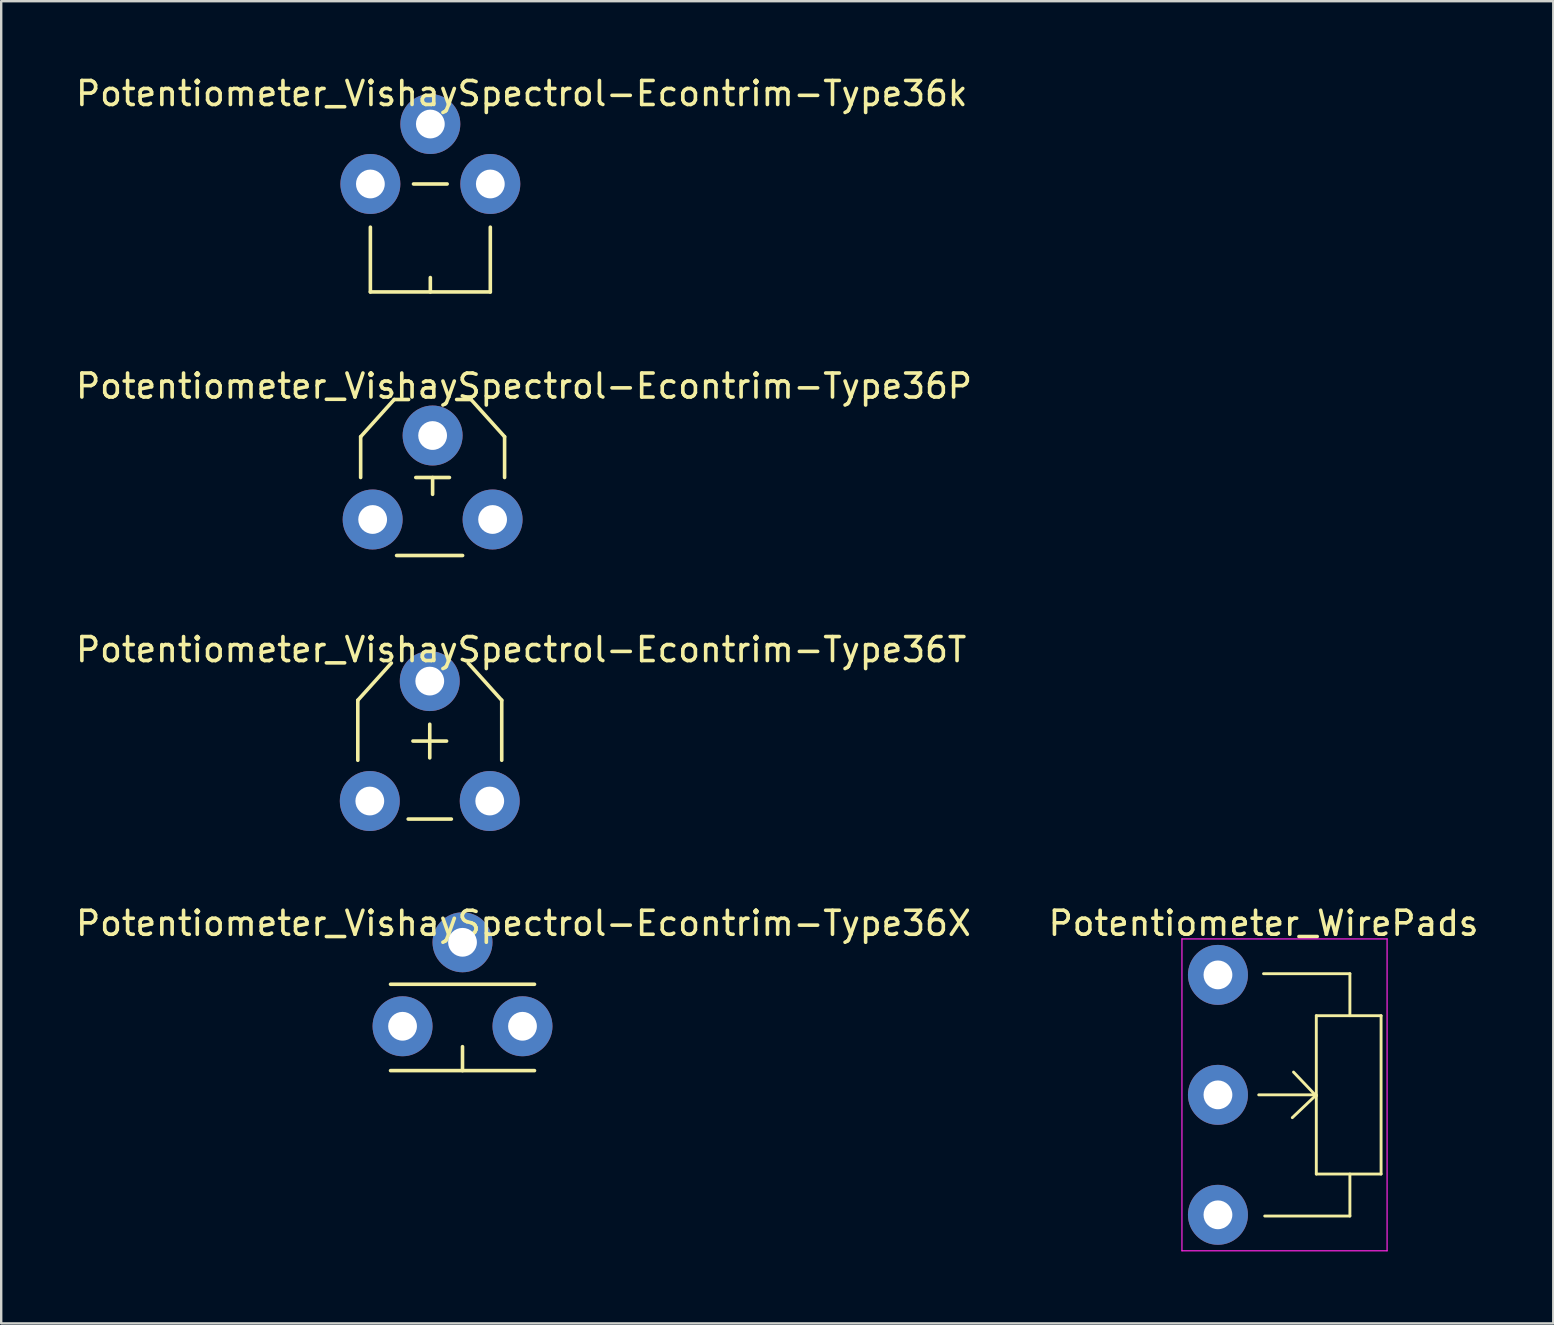
<source format=kicad_pcb>
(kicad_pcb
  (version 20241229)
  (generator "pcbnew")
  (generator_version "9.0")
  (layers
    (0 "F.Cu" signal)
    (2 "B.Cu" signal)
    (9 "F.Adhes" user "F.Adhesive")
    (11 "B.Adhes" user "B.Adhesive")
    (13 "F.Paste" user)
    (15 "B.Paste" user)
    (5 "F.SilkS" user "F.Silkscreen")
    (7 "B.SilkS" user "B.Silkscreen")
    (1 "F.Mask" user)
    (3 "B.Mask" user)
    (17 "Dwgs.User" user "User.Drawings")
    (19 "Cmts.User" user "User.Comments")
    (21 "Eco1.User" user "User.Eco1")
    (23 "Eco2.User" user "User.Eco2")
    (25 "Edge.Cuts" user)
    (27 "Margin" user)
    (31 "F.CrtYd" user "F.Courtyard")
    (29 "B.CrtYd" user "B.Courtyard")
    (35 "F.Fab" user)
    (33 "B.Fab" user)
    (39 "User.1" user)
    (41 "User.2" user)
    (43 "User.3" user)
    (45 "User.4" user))
  (footprint "Potentiometer_VishaySpectrol-Econtrim-Type36X"
    (layer "F.Cu")
    (at 13.728 39.724)
    (property "Reference" "Potentiometer_VishaySpectrol-Econtrim-Type36X" (at 5.039 -4.29 0) (layer "F.SilkS") (effects (font (size 1 1) (thickness 0.15))))
    (attr through_hole)
    (fp_line (start -0.5 -1.75) (end 5.499 -1.75) (stroke (width 0.15) (type solid)) (layer "F.SilkS"))
    (fp_line (start 2.499 0.851) (end 2.499 1.849) (stroke (width 0.15) (type solid)) (layer "F.SilkS"))
    (fp_line (start 5.499 1.849) (end -0.5 1.849) (stroke (width 0.15) (type solid)) (layer "F.SilkS"))
    (pad "1" thru_hole circle (at 0 0) (size 2.499 2.499) (drill 1.199) (layers "*.Cu" "*.Mask"))
    (pad "2" thru_hole circle (at 2.499 -3.5) (size 2.499 2.499) (drill 1.199) (layers "*.Cu" "*.Mask"))
    (pad "3" thru_hole circle (at 4.999 0) (size 2.499 2.499) (drill 1.199) (layers "*.Cu" "*.Mask")))
  (footprint "Potentiometer_VishaySpectrol-Econtrim-Type36P"
    (layer "F.Cu")
    (at 12.482 18.602)
    (property "Reference" "Potentiometer_VishaySpectrol-Econtrim-Type36P" (at 6.309 -5.56 0) (layer "F.SilkS") (effects (font (size 1 1) (thickness 0.15))))
    (attr through_hole)
    (fp_line (start -0.5 -3.449) (end -0.5 -1.75) (stroke (width 0.15) (type solid)) (layer "F.SilkS"))
    (fp_line (start 0.899 -5.001) (end -0.5 -3.449) (stroke (width 0.15) (type solid)) (layer "F.SilkS"))
    (fp_line (start 0.899 -5.001) (end 1.499 -5.001) (stroke (width 0.15) (type solid)) (layer "F.SilkS"))
    (fp_line (start 0.998 1.501) (end 3.749 1.501) (stroke (width 0.15) (type solid)) (layer "F.SilkS"))
    (fp_line (start 1.798 -1.75) (end 3.2 -1.75) (stroke (width 0.15) (type solid)) (layer "F.SilkS"))
    (fp_line (start 2.499 -1.75) (end 2.499 -1.049) (stroke (width 0.15) (type solid)) (layer "F.SilkS"))
    (fp_line (start 4.1 -5.001) (end 3.5 -5.001) (stroke (width 0.15) (type solid)) (layer "F.SilkS"))
    (fp_line (start 4.1 -5.001) (end 5.499 -3.449) (stroke (width 0.15) (type solid)) (layer "F.SilkS"))
    (fp_line (start 5.499 -3.449) (end 5.499 -1.75) (stroke (width 0.15) (type solid)) (layer "F.SilkS"))
    (pad "1" thru_hole circle (at 0 0) (size 2.499 2.499) (drill 1.199) (layers "*.Cu" "*.Mask"))
    (pad "2" thru_hole circle (at 2.499 -3.5) (size 2.499 2.499) (drill 1.199) (layers "*.Cu" "*.Mask"))
    (pad "3" thru_hole circle (at 4.999 0) (size 2.499 2.499) (drill 1.199) (layers "*.Cu" "*.Mask")))
  (footprint "Potentiometer_VishaySpectrol-Econtrim-Type36k"
    (layer "F.Cu")
    (at 12.387 4.618)
    (property "Reference" "Potentiometer_VishaySpectrol-Econtrim-Type36k" (at 6.309 -3.769 0) (layer "F.SilkS") (effects (font (size 1 1) (thickness 0.15))))
    (attr through_hole)
    (fp_line (start 0 1.801) (end 0 4.501) (stroke (width 0.15) (type solid)) (layer "F.SilkS"))
    (fp_line (start 0 4.501) (end 4.999 4.501) (stroke (width 0.15) (type solid)) (layer "F.SilkS"))
    (fp_line (start 1.798 0) (end 3.2 0) (stroke (width 0.15) (type solid)) (layer "F.SilkS"))
    (fp_line (start 2.499 4.501) (end 2.499 3.901) (stroke (width 0.15) (type solid)) (layer "F.SilkS"))
    (fp_line (start 4.999 4.501) (end 4.999 1.801) (stroke (width 0.15) (type solid)) (layer "F.SilkS"))
    (pad "1" thru_hole circle (at 0 0) (size 2.499 2.499) (drill 1.199) (layers "*.Cu" "*.Mask"))
    (pad "2" thru_hole circle (at 2.499 -2.499) (size 2.499 2.499) (drill 1.199) (layers "*.Cu" "*.Mask"))
    (pad "3" thru_hole circle (at 4.999 0) (size 2.499 2.499) (drill 1.199) (layers "*.Cu" "*.Mask")))
  (footprint "Potentiometer_VishaySpectrol-Econtrim-Type36T"
    (layer "F.Cu")
    (at 12.363 30.336)
    (property "Reference" "Potentiometer_VishaySpectrol-Econtrim-Type36T" (at 6.309 -6.309 0) (layer "F.SilkS") (effects (font (size 1 1) (thickness 0.15))))
    (attr through_hole)
    (fp_line (start -0.5 -4.199) (end -0.5 -1.699) (stroke (width 0.15) (type solid)) (layer "F.SilkS"))
    (fp_line (start 0.899 -5.751) (end -0.5 -4.199) (stroke (width 0.15) (type solid)) (layer "F.SilkS"))
    (fp_line (start 1.6 0.752) (end 3.399 0.752) (stroke (width 0.15) (type solid)) (layer "F.SilkS"))
    (fp_line (start 1.798 -2.499) (end 3.2 -2.499) (stroke (width 0.15) (type solid)) (layer "F.SilkS"))
    (fp_line (start 2.499 -1.798) (end 2.499 -3.2) (stroke (width 0.15) (type solid)) (layer "F.SilkS"))
    (fp_line (start 4.1 -5.751) (end 5.499 -4.199) (stroke (width 0.15) (type solid)) (layer "F.SilkS"))
    (fp_line (start 5.499 -4.199) (end 5.499 -1.699) (stroke (width 0.15) (type solid)) (layer "F.SilkS"))
    (pad "1" thru_hole circle (at 0 0) (size 2.499 2.499) (drill 1.199) (layers "*.Cu" "*.Mask"))
    (pad "2" thru_hole circle (at 2.499 -4.999) (size 2.499 2.499) (drill 1.199) (layers "*.Cu" "*.Mask"))
    (pad "3" thru_hole circle (at 4.999 0) (size 2.499 2.499) (drill 1.199) (layers "*.Cu" "*.Mask")))
  (footprint "Potentiometer_WirePads"
    (layer "F.Cu")
    (at 47.713 37.583)
    (property "Reference" "Potentiometer_WirePads" (at 1.9 -2.15 0) (layer "F.SilkS") (effects (font (size 1 1) (thickness 0.15))))
    (attr through_hole)
    (fp_line (start 4.05 5) (end 1.7 5) (stroke (width 0.12) (type solid)) (layer "F.SilkS"))
    (fp_line (start 4.1 1.7) (end 6.8 1.7) (stroke (width 0.12) (type solid)) (layer "F.SilkS"))
    (fp_line (start 4.1 5) (end 3.1 5.95) (stroke (width 0.12) (type solid)) (layer "F.SilkS"))
    (fp_line (start 4.1 5.05) (end 3.15 4.05) (stroke (width 0.12) (type solid)) (layer "F.SilkS"))
    (fp_line (start 4.1 8.3) (end 4.1 1.7) (stroke (width 0.12) (type solid)) (layer "F.SilkS"))
    (fp_line (start 5.5 -0.05) (end 1.9 -0.05) (stroke (width 0.12) (type solid)) (layer "F.SilkS"))
    (fp_line (start 5.5 1.7) (end 5.5 -0.05) (stroke (width 0.12) (type solid)) (layer "F.SilkS"))
    (fp_line (start 5.5 8.3) (end 5.5 10.05) (stroke (width 0.12) (type solid)) (layer "F.SilkS"))
    (fp_line (start 5.5 10.05) (end 1.95 10.05) (stroke (width 0.12) (type solid)) (layer "F.SilkS"))
    (fp_line (start 6.8 1.7) (end 6.8 8.3) (stroke (width 0.12) (type solid)) (layer "F.SilkS"))
    (fp_line (start 6.8 8.3) (end 4.1 8.3) (stroke (width 0.12) (type solid)) (layer "F.SilkS"))
    (fp_line (start -1.5 -1.5) (end -1.5 11.5) (stroke (width 0.05) (type solid)) (layer "F.CrtYd"))
    (fp_line (start -1.5 -1.5) (end 7.05 -1.5) (stroke (width 0.05) (type solid)) (layer "F.CrtYd"))
    (fp_line (start 7.05 11.5) (end -1.5 11.5) (stroke (width 0.05) (type solid)) (layer "F.CrtYd"))
    (fp_line (start 7.05 11.5) (end 7.05 -1.5) (stroke (width 0.05) (type solid)) (layer "F.CrtYd"))
    (pad "1" thru_hole circle (at 0 0) (size 2.5 2.5) (drill 1.2) (layers "*.Cu" "*.Mask"))
    (pad "2" thru_hole circle (at 0 5) (size 2.5 2.5) (drill 1.2) (layers "*.Cu" "*.Mask"))
    (pad "3" thru_hole circle (at 0 10) (size 2.5 2.5) (drill 1.2) (layers "*.Cu" "*.Mask")))
  (gr_rect
    (start -3 -3)
    (end 61.69 52.108)
    (stroke (width 0.1) (type default))
    (fill no)
    (layer "Edge.Cuts")))
</source>
